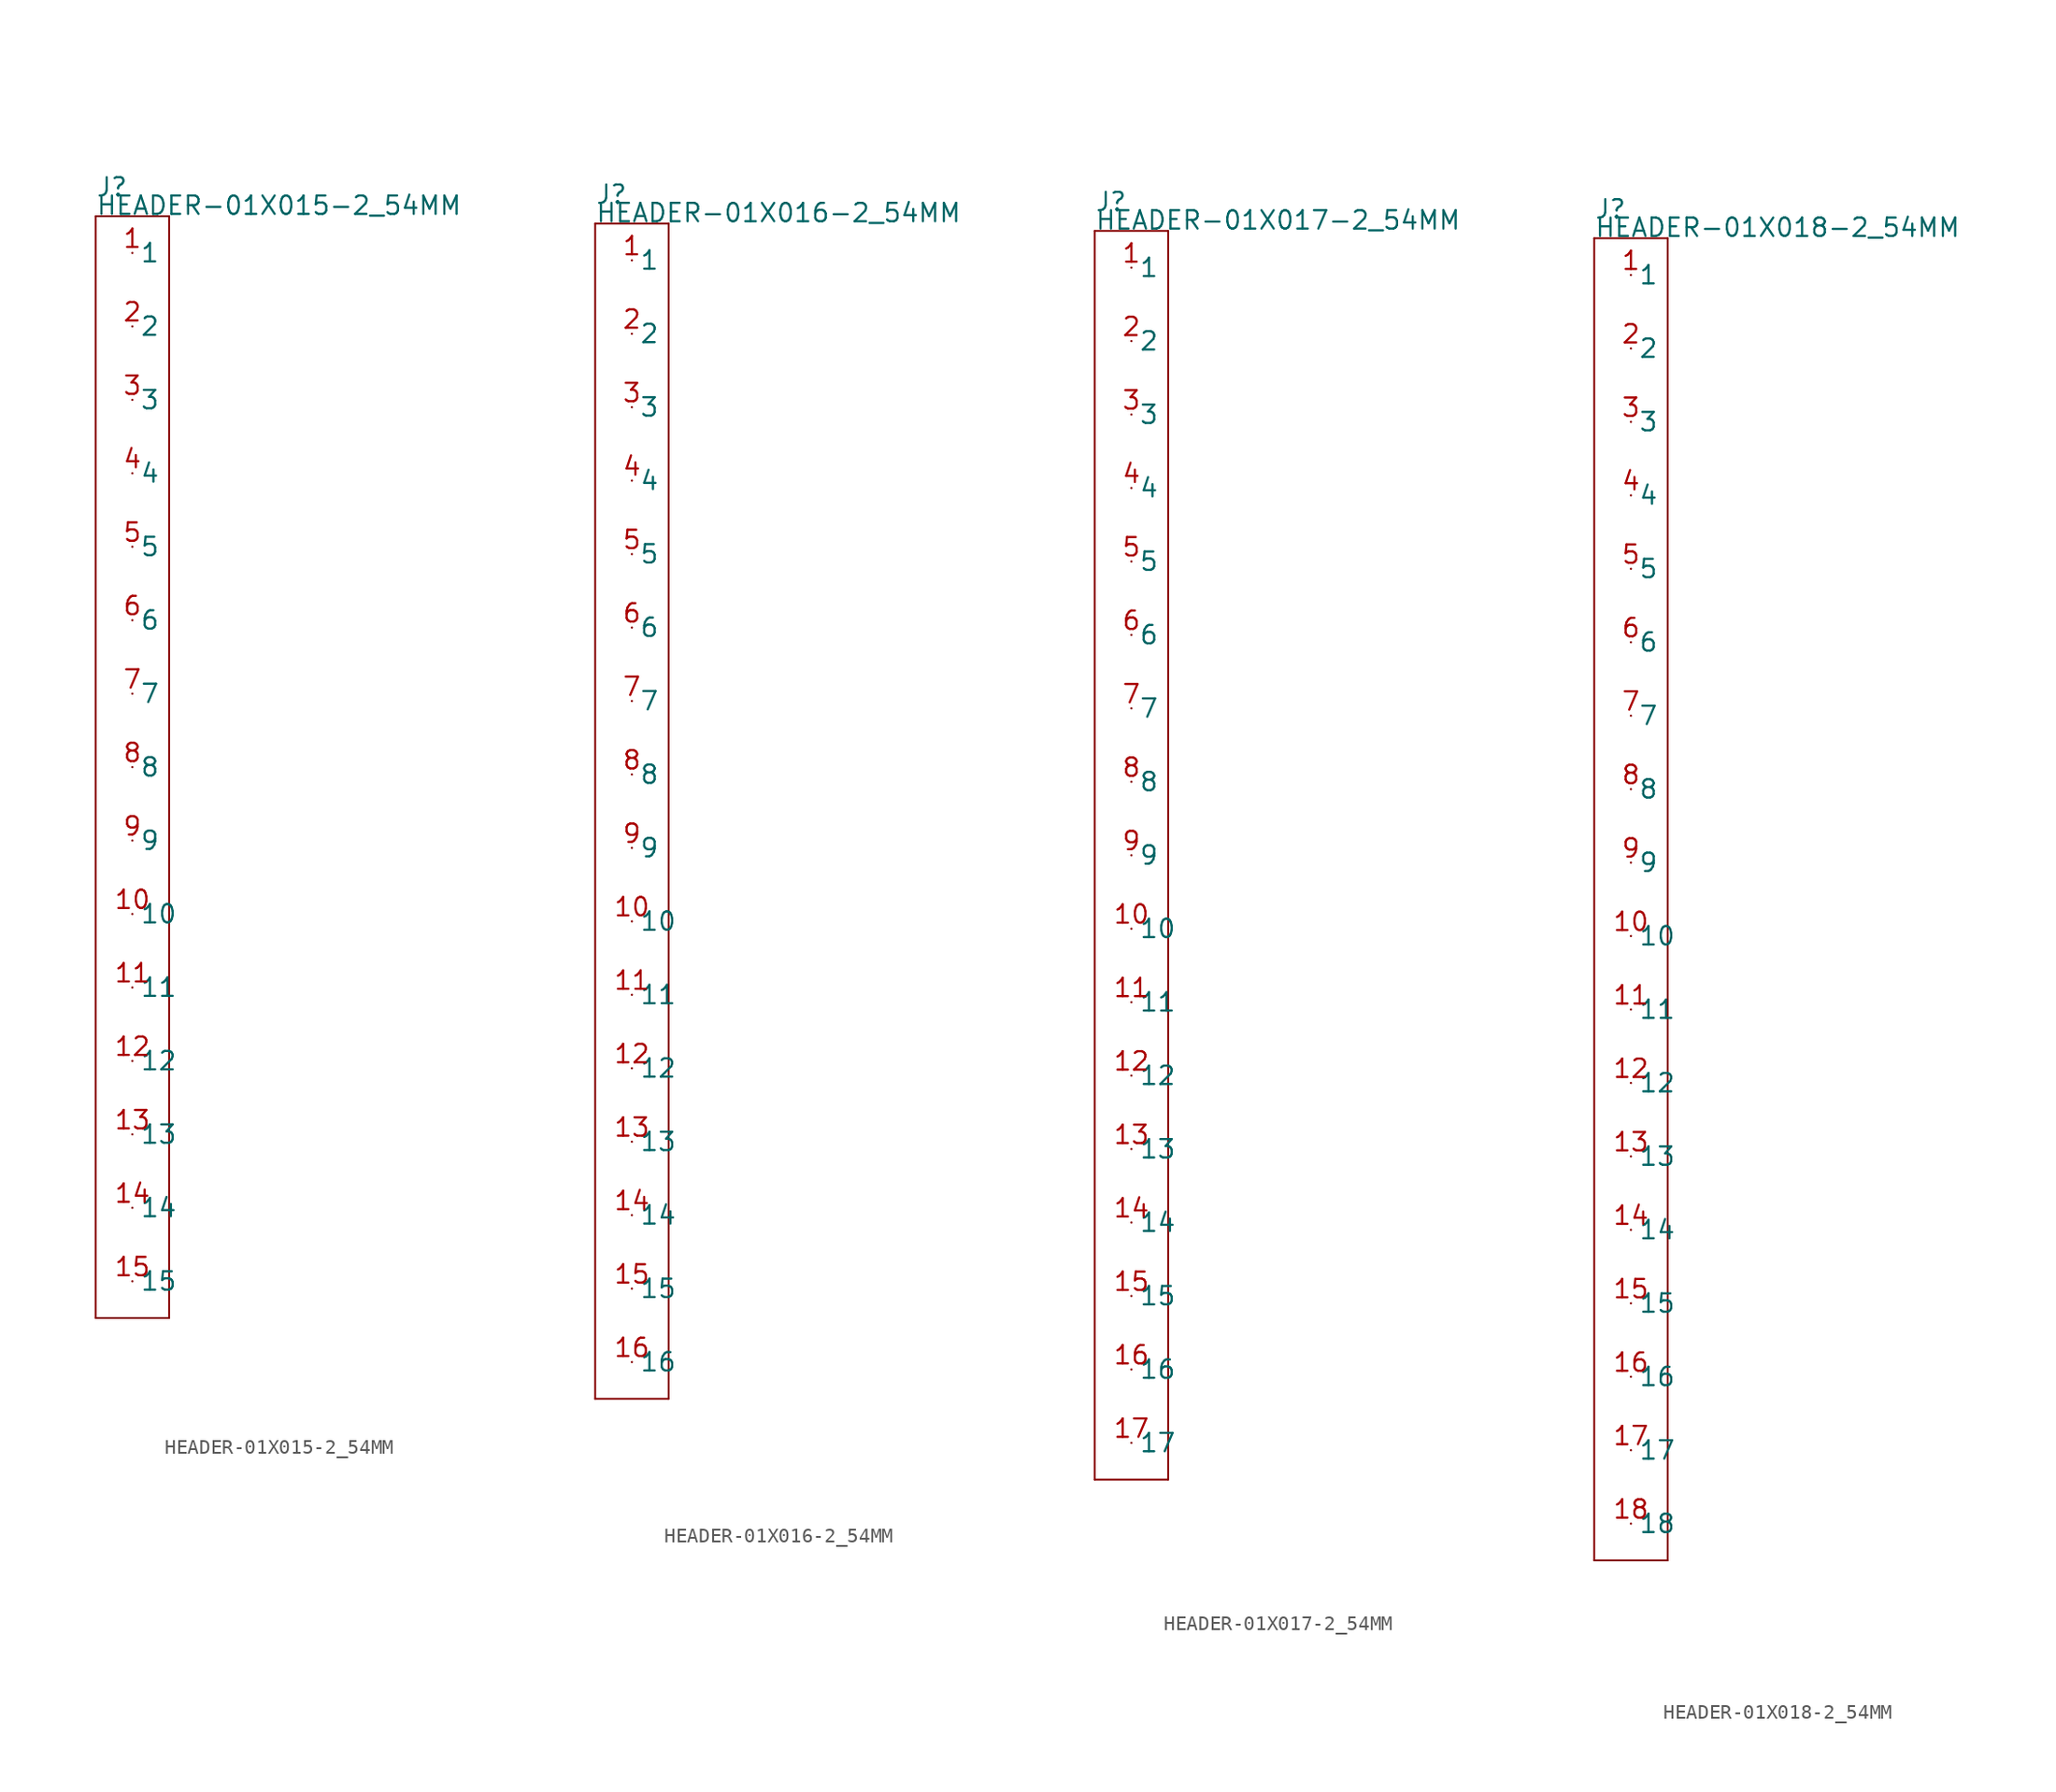
<source format=kicad_sym>
(kicad_symbol_lib
  (version 20211014)
  (generator kicad_symbol_editor)
  (symbol "HEADER-01X015-2_54MM"
    (pin_names)
    (property "Reference" "J"
      (at -2.54 39.37 0)
      (effects (font (size 1.27 1.27)) (justify left bottom)))
    (property "Value" "HEADER-01X015-2_54MM"
      (at -2.54 38.1 0)
      (effects (font (size 1.27 1.27)) (justify left bottom)))
    (property "Datasheet" ""
      (at 0 0 0))
    (property "ki_description" "Header 1x15  - Header Vertical 15POS 2.54MM Technical Specifications: Pitch: 0.1\" (2.54mm) "
      (at 0 0 0))
    (property "ki_fp_filters" "FlashPCB_Connectors:HEADER-THT-01X015-2_54MM FlashPCB_Connectors:HEADER-THT-LONG-01X015-2_54MM FlashPCB_Connectors:HEADER-THT-NOSILK-01X015-2_54MM FlashPCB_Connectors:HEADER-THT-LONG-NOSILK-01X015-2_54MM"
      (at 0 0 0))
    (symbol "HEADER-01X015-2_54MM_1_1"
      (polyline (pts (xy -2.54 38.1) (xy 2.54 38.1)) (stroke (width 0.127)) (fill (type none)))
      (polyline (pts (xy 2.54 38.1) (xy 2.54 -38.1)) (stroke (width 0.127)) (fill (type none)))
      (polyline (pts (xy 2.54 -38.1) (xy -2.54 -38.1)) (stroke (width 0.127)) (fill (type none)))
      (polyline (pts (xy -2.54 -38.1) (xy -2.54 38.1)) (stroke (width 0.127)) (fill (type none)))
      (pin bidirectional line (at 0 35.56 0) (length 0) (name "1" (effects (font (size 1.27 1.27)))) (number "1" (effects (font (size 1.27 1.27)))))
      (pin bidirectional line (at 0 30.48 0) (length 0) (name "2" (effects (font (size 1.27 1.27)))) (number "2" (effects (font (size 1.27 1.27)))))
      (pin bidirectional line (at 0 25.4 0) (length 0) (name "3" (effects (font (size 1.27 1.27)))) (number "3" (effects (font (size 1.27 1.27)))))
      (pin bidirectional line (at 0 20.32 0) (length 0) (name "4" (effects (font (size 1.27 1.27)))) (number "4" (effects (font (size 1.27 1.27)))))
      (pin bidirectional line (at 0 15.24 0) (length 0) (name "5" (effects (font (size 1.27 1.27)))) (number "5" (effects (font (size 1.27 1.27)))))
      (pin bidirectional line (at 0 10.16 0) (length 0) (name "6" (effects (font (size 1.27 1.27)))) (number "6" (effects (font (size 1.27 1.27)))))
      (pin bidirectional line (at 0 5.08 0) (length 0) (name "7" (effects (font (size 1.27 1.27)))) (number "7" (effects (font (size 1.27 1.27)))))
      (pin bidirectional line (at 0 0 0) (length 0) (name "8" (effects (font (size 1.27 1.27)))) (number "8" (effects (font (size 1.27 1.27)))))
      (pin bidirectional line (at 0 -5.08 0) (length 0) (name "9" (effects (font (size 1.27 1.27)))) (number "9" (effects (font (size 1.27 1.27)))))
      (pin bidirectional line (at 0 -10.16 0) (length 0) (name "10" (effects (font (size 1.27 1.27)))) (number "10" (effects (font (size 1.27 1.27)))))
      (pin bidirectional line (at 0 -15.24 0) (length 0) (name "11" (effects (font (size 1.27 1.27)))) (number "11" (effects (font (size 1.27 1.27)))))
      (pin bidirectional line (at 0 -20.32 0) (length 0) (name "12" (effects (font (size 1.27 1.27)))) (number "12" (effects (font (size 1.27 1.27)))))
      (pin bidirectional line (at 0 -25.4 0) (length 0) (name "13" (effects (font (size 1.27 1.27)))) (number "13" (effects (font (size 1.27 1.27)))))
      (pin bidirectional line (at 0 -30.48 0) (length 0) (name "14" (effects (font (size 1.27 1.27)))) (number "14" (effects (font (size 1.27 1.27)))))
      (pin bidirectional line (at 0 -35.56 0) (length 0) (name "15" (effects (font (size 1.27 1.27)))) (number "15" (effects (font (size 1.27 1.27)))))))
  (symbol "HEADER-01X016-2_54MM"
    (pin_names)
    (property "Reference" "J"
      (at -2.54 41.91 0)
      (effects (font (size 1.27 1.27)) (justify left bottom)))
    (property "Value" "HEADER-01X016-2_54MM"
      (at -2.54 40.64 0)
      (effects (font (size 1.27 1.27)) (justify left bottom)))
    (property "Datasheet" ""
      (at 0 0 0))
    (property "ki_description" "Header 1x16  - Header Vertical 16POS 2.54MM Technical Specifications: Pitch: 0.1\" (2.54mm) "
      (at 0 0 0))
    (property "ki_fp_filters" "FlashPCB_Connectors:HEADER-THT-01X016-2_54MM FlashPCB_Connectors:HEADER-THT-LONG-01X016-2_54MM FlashPCB_Connectors:HEADER-THT-NOSILK-01X016-2_54MM FlashPCB_Connectors:HEADER-THT-LONG-NOSILK-01X016-2_54MM"
      (at 0 0 0))
    (symbol "HEADER-01X016-2_54MM_1_1"
      (polyline (pts (xy -2.54 40.64) (xy 2.54 40.64)) (stroke (width 0.127)) (fill (type none)))
      (polyline (pts (xy 2.54 40.64) (xy 2.54 -40.64)) (stroke (width 0.127)) (fill (type none)))
      (polyline (pts (xy 2.54 -40.64) (xy -2.54 -40.64)) (stroke (width 0.127)) (fill (type none)))
      (polyline (pts (xy -2.54 -40.64) (xy -2.54 40.64)) (stroke (width 0.127)) (fill (type none)))
      (pin bidirectional line (at 0 38.1 0) (length 0) (name "1" (effects (font (size 1.27 1.27)))) (number "1" (effects (font (size 1.27 1.27)))))
      (pin bidirectional line (at 0 33.02 0) (length 0) (name "2" (effects (font (size 1.27 1.27)))) (number "2" (effects (font (size 1.27 1.27)))))
      (pin bidirectional line (at 0 27.94 0) (length 0) (name "3" (effects (font (size 1.27 1.27)))) (number "3" (effects (font (size 1.27 1.27)))))
      (pin bidirectional line (at 0 22.86 0) (length 0) (name "4" (effects (font (size 1.27 1.27)))) (number "4" (effects (font (size 1.27 1.27)))))
      (pin bidirectional line (at 0 17.78 0) (length 0) (name "5" (effects (font (size 1.27 1.27)))) (number "5" (effects (font (size 1.27 1.27)))))
      (pin bidirectional line (at 0 12.7 0) (length 0) (name "6" (effects (font (size 1.27 1.27)))) (number "6" (effects (font (size 1.27 1.27)))))
      (pin bidirectional line (at 0 7.62 0) (length 0) (name "7" (effects (font (size 1.27 1.27)))) (number "7" (effects (font (size 1.27 1.27)))))
      (pin bidirectional line (at 0 2.54 0) (length 0) (name "8" (effects (font (size 1.27 1.27)))) (number "8" (effects (font (size 1.27 1.27)))))
      (pin bidirectional line (at 0 -2.54 0) (length 0) (name "9" (effects (font (size 1.27 1.27)))) (number "9" (effects (font (size 1.27 1.27)))))
      (pin bidirectional line (at 0 -7.62 0) (length 0) (name "10" (effects (font (size 1.27 1.27)))) (number "10" (effects (font (size 1.27 1.27)))))
      (pin bidirectional line (at 0 -12.7 0) (length 0) (name "11" (effects (font (size 1.27 1.27)))) (number "11" (effects (font (size 1.27 1.27)))))
      (pin bidirectional line (at 0 -17.78 0) (length 0) (name "12" (effects (font (size 1.27 1.27)))) (number "12" (effects (font (size 1.27 1.27)))))
      (pin bidirectional line (at 0 -22.86 0) (length 0) (name "13" (effects (font (size 1.27 1.27)))) (number "13" (effects (font (size 1.27 1.27)))))
      (pin bidirectional line (at 0 -27.94 0) (length 0) (name "14" (effects (font (size 1.27 1.27)))) (number "14" (effects (font (size 1.27 1.27)))))
      (pin bidirectional line (at 0 -33.02 0) (length 0) (name "15" (effects (font (size 1.27 1.27)))) (number "15" (effects (font (size 1.27 1.27)))))
      (pin bidirectional line (at 0 -38.1 0) (length 0) (name "16" (effects (font (size 1.27 1.27)))) (number "16" (effects (font (size 1.27 1.27)))))))
  (symbol "HEADER-01X017-2_54MM"
    (pin_names)
    (property "Reference" "J"
      (at -2.54 44.45 0)
      (effects (font (size 1.27 1.27)) (justify left bottom)))
    (property "Value" "HEADER-01X017-2_54MM"
      (at -2.54 43.18 0)
      (effects (font (size 1.27 1.27)) (justify left bottom)))
    (property "Datasheet" ""
      (at 0 0 0))
    (property "ki_description" "Header 1x17  - Header Vertical 17POS 2.54MM Technical Specifications: Pitch: 0.1\" (2.54mm) "
      (at 0 0 0))
    (property "ki_fp_filters" "FlashPCB_Connectors:HEADER-THT-01X017-2_54MM FlashPCB_Connectors:HEADER-THT-LONG-01X017-2_54MM FlashPCB_Connectors:HEADER-THT-NOSILK-01X017-2_54MM FlashPCB_Connectors:HEADER-THT-LONG-NOSILK-01X017-2_54MM"
      (at 0 0 0))
    (symbol "HEADER-01X017-2_54MM_1_1"
      (polyline (pts (xy -2.54 43.18) (xy 2.54 43.18)) (stroke (width 0.127)) (fill (type none)))
      (polyline (pts (xy 2.54 43.18) (xy 2.54 -43.18)) (stroke (width 0.127)) (fill (type none)))
      (polyline (pts (xy 2.54 -43.18) (xy -2.54 -43.18)) (stroke (width 0.127)) (fill (type none)))
      (polyline (pts (xy -2.54 -43.18) (xy -2.54 43.18)) (stroke (width 0.127)) (fill (type none)))
      (pin bidirectional line (at 0 40.64 0) (length 0) (name "1" (effects (font (size 1.27 1.27)))) (number "1" (effects (font (size 1.27 1.27)))))
      (pin bidirectional line (at 0 35.56 0) (length 0) (name "2" (effects (font (size 1.27 1.27)))) (number "2" (effects (font (size 1.27 1.27)))))
      (pin bidirectional line (at 0 30.48 0) (length 0) (name "3" (effects (font (size 1.27 1.27)))) (number "3" (effects (font (size 1.27 1.27)))))
      (pin bidirectional line (at 0 25.4 0) (length 0) (name "4" (effects (font (size 1.27 1.27)))) (number "4" (effects (font (size 1.27 1.27)))))
      (pin bidirectional line (at 0 20.32 0) (length 0) (name "5" (effects (font (size 1.27 1.27)))) (number "5" (effects (font (size 1.27 1.27)))))
      (pin bidirectional line (at 0 15.24 0) (length 0) (name "6" (effects (font (size 1.27 1.27)))) (number "6" (effects (font (size 1.27 1.27)))))
      (pin bidirectional line (at 0 10.16 0) (length 0) (name "7" (effects (font (size 1.27 1.27)))) (number "7" (effects (font (size 1.27 1.27)))))
      (pin bidirectional line (at 0 5.08 0) (length 0) (name "8" (effects (font (size 1.27 1.27)))) (number "8" (effects (font (size 1.27 1.27)))))
      (pin bidirectional line (at 0 0 0) (length 0) (name "9" (effects (font (size 1.27 1.27)))) (number "9" (effects (font (size 1.27 1.27)))))
      (pin bidirectional line (at 0 -5.08 0) (length 0) (name "10" (effects (font (size 1.27 1.27)))) (number "10" (effects (font (size 1.27 1.27)))))
      (pin bidirectional line (at 0 -10.16 0) (length 0) (name "11" (effects (font (size 1.27 1.27)))) (number "11" (effects (font (size 1.27 1.27)))))
      (pin bidirectional line (at 0 -15.24 0) (length 0) (name "12" (effects (font (size 1.27 1.27)))) (number "12" (effects (font (size 1.27 1.27)))))
      (pin bidirectional line (at 0 -20.32 0) (length 0) (name "13" (effects (font (size 1.27 1.27)))) (number "13" (effects (font (size 1.27 1.27)))))
      (pin bidirectional line (at 0 -25.4 0) (length 0) (name "14" (effects (font (size 1.27 1.27)))) (number "14" (effects (font (size 1.27 1.27)))))
      (pin bidirectional line (at 0 -30.48 0) (length 0) (name "15" (effects (font (size 1.27 1.27)))) (number "15" (effects (font (size 1.27 1.27)))))
      (pin bidirectional line (at 0 -35.56 0) (length 0) (name "16" (effects (font (size 1.27 1.27)))) (number "16" (effects (font (size 1.27 1.27)))))
      (pin bidirectional line (at 0 -40.64 0) (length 0) (name "17" (effects (font (size 1.27 1.27)))) (number "17" (effects (font (size 1.27 1.27)))))))
  (symbol "HEADER-01X018-2_54MM"
    (pin_names)
    (property "Reference" "J"
      (at -2.54 46.99 0)
      (effects (font (size 1.27 1.27)) (justify left bottom)))
    (property "Value" "HEADER-01X018-2_54MM"
      (at -2.54 45.72 0)
      (effects (font (size 1.27 1.27)) (justify left bottom)))
    (property "Datasheet" ""
      (at 0 0 0))
    (property "ki_description" "Header 1x18  - Header Vertical 18POS 2.54MM Technical Specifications: Pitch: 0.1\" (2.54mm) "
      (at 0 0 0))
    (property "ki_fp_filters" "FlashPCB_Connectors:HEADER-THT-01X018-2_54MM FlashPCB_Connectors:HEADER-THT-LONG-01X018-2_54MM FlashPCB_Connectors:HEADER-THT-NOSILK-01X018-2_54MM FlashPCB_Connectors:HEADER-THT-LONG-NOSILK-01X018-2_54MM"
      (at 0 0 0))
    (symbol "HEADER-01X018-2_54MM_1_1"
      (polyline (pts (xy -2.54 45.72) (xy 2.54 45.72)) (stroke (width 0.127)) (fill (type none)))
      (polyline (pts (xy 2.54 45.72) (xy 2.54 -45.72)) (stroke (width 0.127)) (fill (type none)))
      (polyline (pts (xy 2.54 -45.72) (xy -2.54 -45.72)) (stroke (width 0.127)) (fill (type none)))
      (polyline (pts (xy -2.54 -45.72) (xy -2.54 45.72)) (stroke (width 0.127)) (fill (type none)))
      (pin bidirectional line (at 0 43.18 0) (length 0) (name "1" (effects (font (size 1.27 1.27)))) (number "1" (effects (font (size 1.27 1.27)))))
      (pin bidirectional line (at 0 38.1 0) (length 0) (name "2" (effects (font (size 1.27 1.27)))) (number "2" (effects (font (size 1.27 1.27)))))
      (pin bidirectional line (at 0 33.02 0) (length 0) (name "3" (effects (font (size 1.27 1.27)))) (number "3" (effects (font (size 1.27 1.27)))))
      (pin bidirectional line (at 0 27.94 0) (length 0) (name "4" (effects (font (size 1.27 1.27)))) (number "4" (effects (font (size 1.27 1.27)))))
      (pin bidirectional line (at 0 22.86 0) (length 0) (name "5" (effects (font (size 1.27 1.27)))) (number "5" (effects (font (size 1.27 1.27)))))
      (pin bidirectional line (at 0 17.78 0) (length 0) (name "6" (effects (font (size 1.27 1.27)))) (number "6" (effects (font (size 1.27 1.27)))))
      (pin bidirectional line (at 0 12.7 0) (length 0) (name "7" (effects (font (size 1.27 1.27)))) (number "7" (effects (font (size 1.27 1.27)))))
      (pin bidirectional line (at 0 7.62 0) (length 0) (name "8" (effects (font (size 1.27 1.27)))) (number "8" (effects (font (size 1.27 1.27)))))
      (pin bidirectional line (at 0 2.54 0) (length 0) (name "9" (effects (font (size 1.27 1.27)))) (number "9" (effects (font (size 1.27 1.27)))))
      (pin bidirectional line (at 0 -2.54 0) (length 0) (name "10" (effects (font (size 1.27 1.27)))) (number "10" (effects (font (size 1.27 1.27)))))
      (pin bidirectional line (at 0 -7.62 0) (length 0) (name "11" (effects (font (size 1.27 1.27)))) (number "11" (effects (font (size 1.27 1.27)))))
      (pin bidirectional line (at 0 -12.7 0) (length 0) (name "12" (effects (font (size 1.27 1.27)))) (number "12" (effects (font (size 1.27 1.27)))))
      (pin bidirectional line (at 0 -17.78 0) (length 0) (name "13" (effects (font (size 1.27 1.27)))) (number "13" (effects (font (size 1.27 1.27)))))
      (pin bidirectional line (at 0 -22.86 0) (length 0) (name "14" (effects (font (size 1.27 1.27)))) (number "14" (effects (font (size 1.27 1.27)))))
      (pin bidirectional line (at 0 -27.94 0) (length 0) (name "15" (effects (font (size 1.27 1.27)))) (number "15" (effects (font (size 1.27 1.27)))))
      (pin bidirectional line (at 0 -33.02 0) (length 0) (name "16" (effects (font (size 1.27 1.27)))) (number "16" (effects (font (size 1.27 1.27)))))
      (pin bidirectional line (at 0 -38.1 0) (length 0) (name "17" (effects (font (size 1.27 1.27)))) (number "17" (effects (font (size 1.27 1.27)))))
      (pin bidirectional line (at 0 -43.18 0) (length 0) (name "18" (effects (font (size 1.27 1.27)))) (number "18" (effects (font (size 1.27 1.27))))))))
</source>
